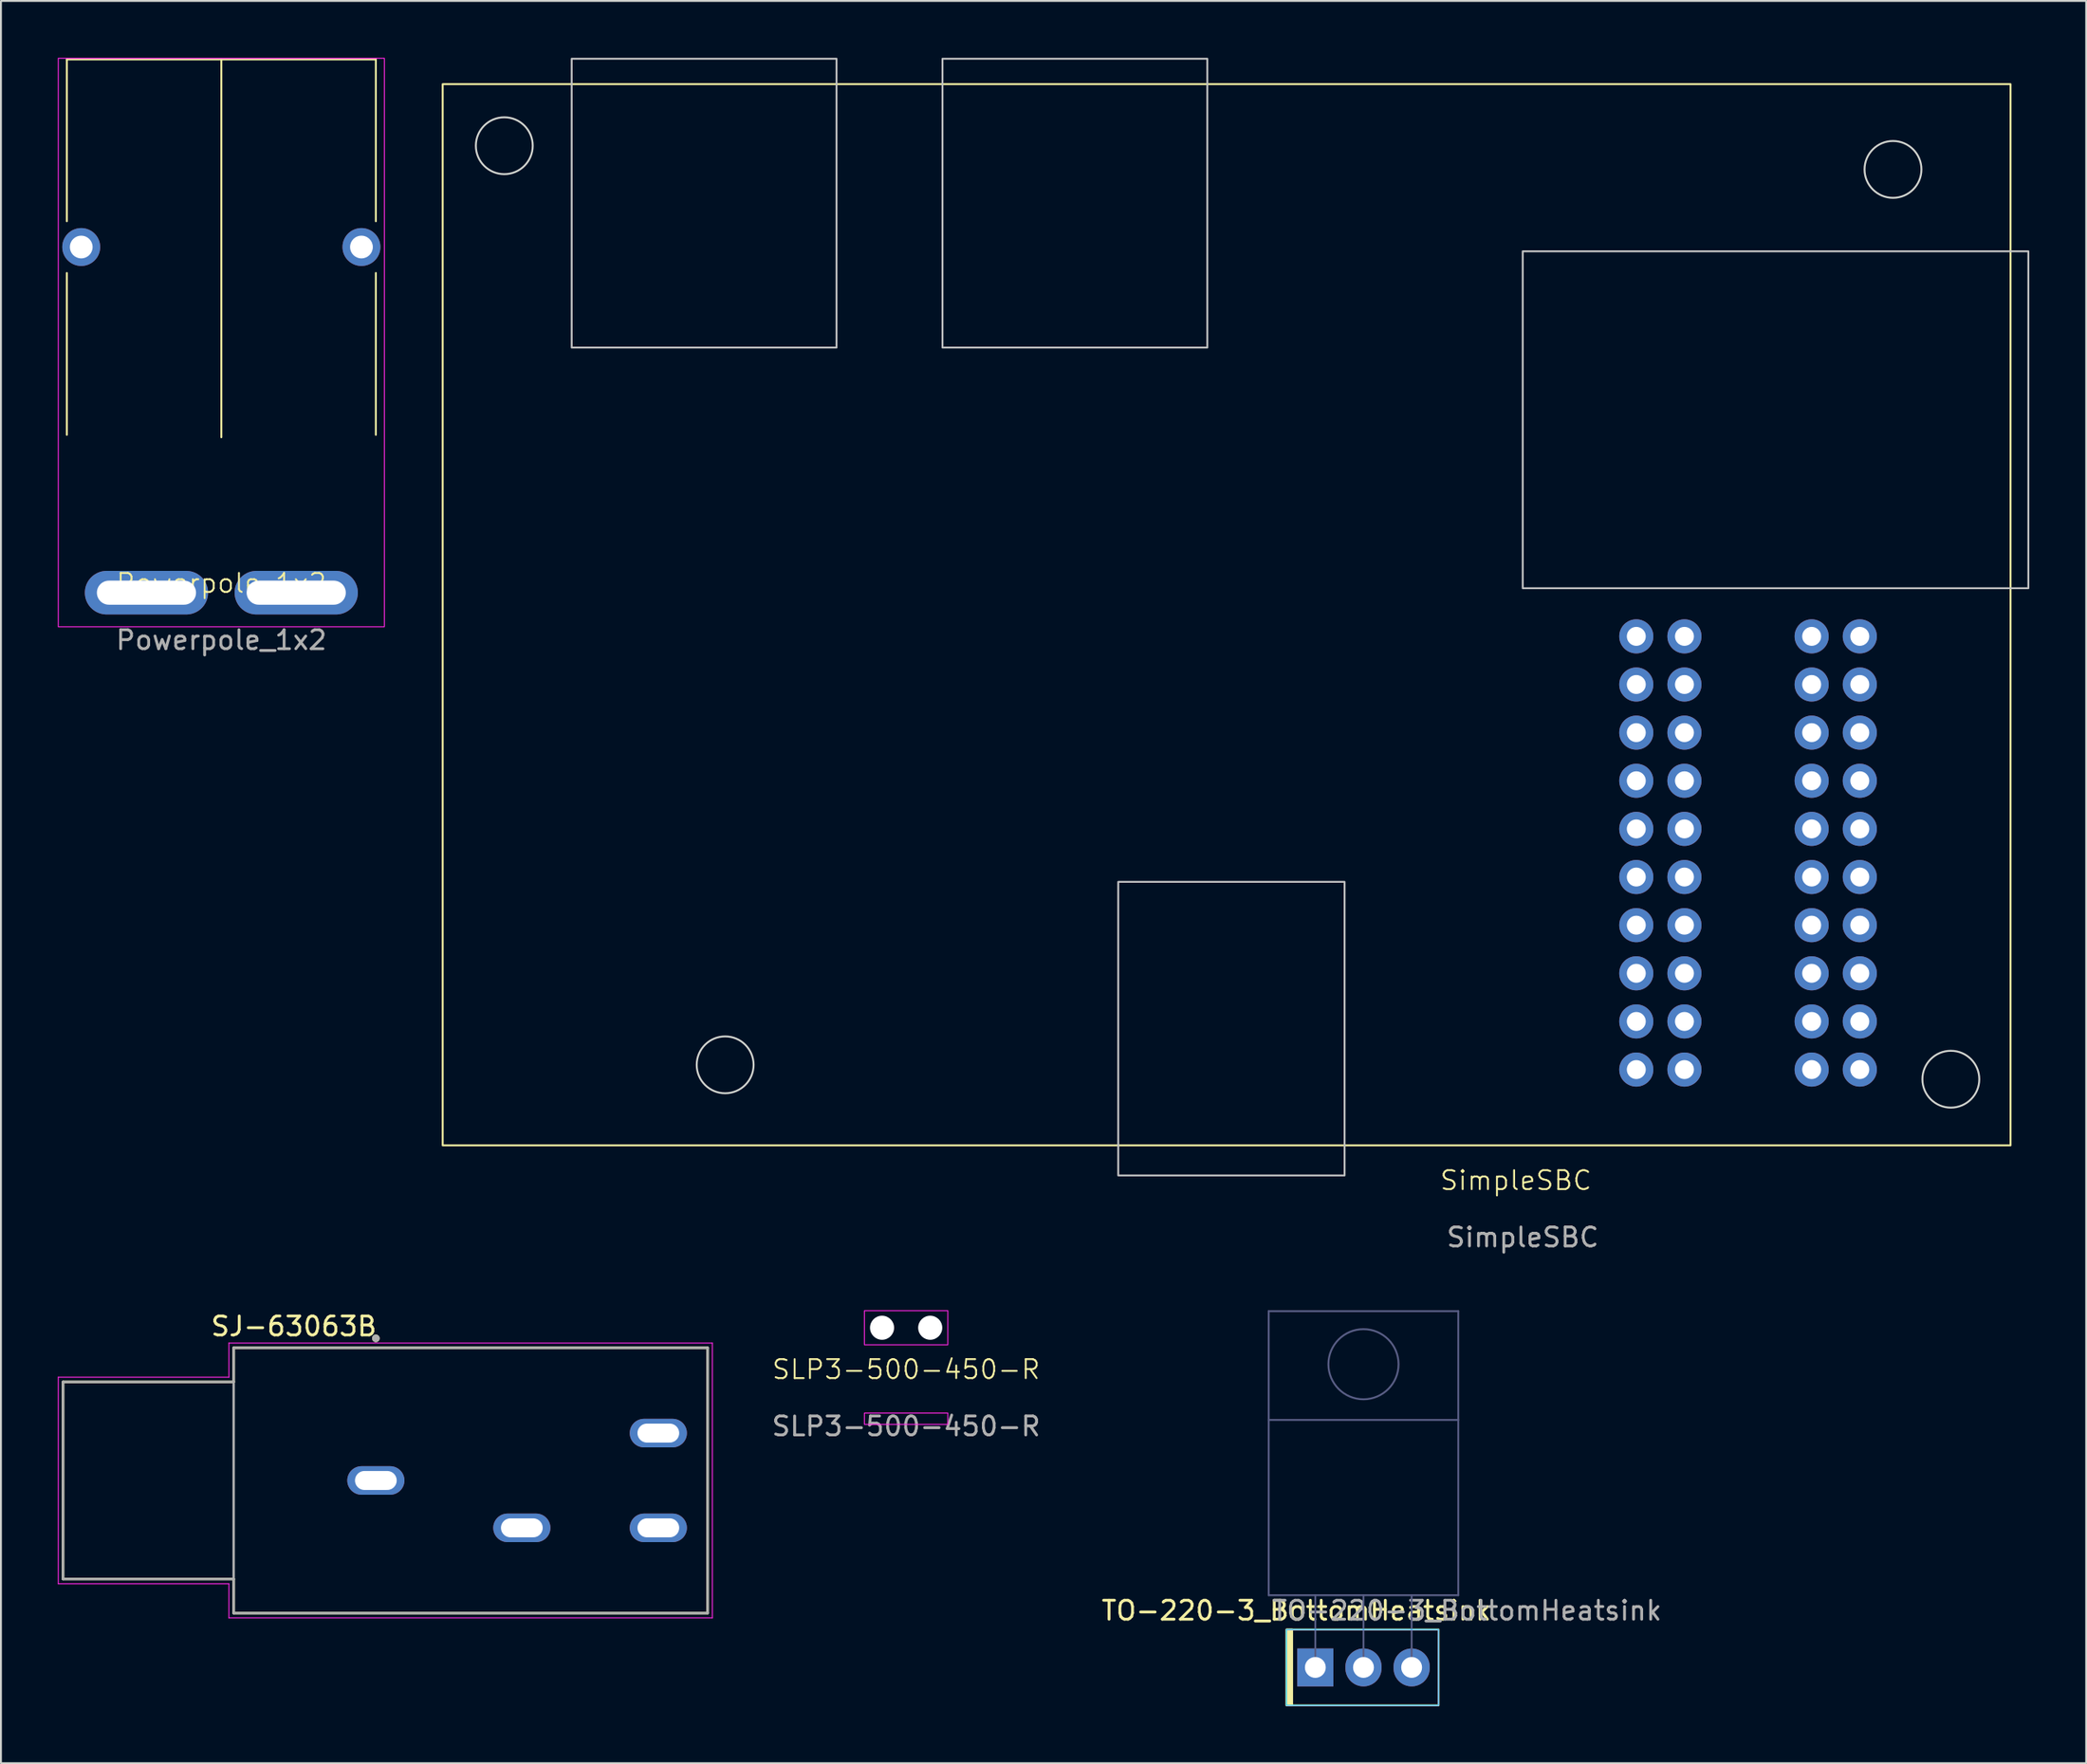
<source format=kicad_pcb>
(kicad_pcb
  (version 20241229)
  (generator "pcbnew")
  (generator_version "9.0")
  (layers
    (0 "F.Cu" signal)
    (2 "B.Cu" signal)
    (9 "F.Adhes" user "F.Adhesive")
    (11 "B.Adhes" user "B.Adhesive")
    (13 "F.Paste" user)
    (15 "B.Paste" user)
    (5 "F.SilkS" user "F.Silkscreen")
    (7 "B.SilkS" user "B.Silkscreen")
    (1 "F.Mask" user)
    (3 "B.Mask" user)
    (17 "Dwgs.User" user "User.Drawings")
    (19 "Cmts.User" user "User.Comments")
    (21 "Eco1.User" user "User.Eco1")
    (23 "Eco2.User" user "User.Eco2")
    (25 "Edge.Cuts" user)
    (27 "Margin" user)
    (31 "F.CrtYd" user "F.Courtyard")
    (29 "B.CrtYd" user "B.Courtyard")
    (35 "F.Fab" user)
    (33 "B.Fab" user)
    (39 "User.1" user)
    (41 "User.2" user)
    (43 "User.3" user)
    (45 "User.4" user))
  (footprint "Powerpole_1x2"
    (layer "F.Cu")
    (at 8.625 28.225)
    (property "Reference" "Powerpole_1x2" (at 0 -0.5 0) (unlocked yes) (layer "F.SilkS") (effects (font (size 1 1) (thickness 0.1))))
    (attr through_hole)
    (fp_line (start -8.15 -28.14) (end -8.15 -19.6) (stroke (width 0.1) (type default)) (layer "F.SilkS"))
    (fp_line (start -8.15 -28.14) (end 8.15 -28.14) (stroke (width 0.1) (type default)) (layer "F.SilkS"))
    (fp_line (start -8.15 -16.87) (end -8.15 -8.33) (stroke (width 0.1) (type default)) (layer "F.SilkS"))
    (fp_line (start 0 -28.14) (end 0 -8.2) (stroke (width 0.1) (type default)) (layer "F.SilkS"))
    (fp_line (start 8.15 -28.14) (end 8.15 -19.6) (stroke (width 0.1) (type default)) (layer "F.SilkS"))
    (fp_line (start 8.15 -16.87) (end 8.15 -8.33) (stroke (width 0.1) (type default)) (layer "F.SilkS"))
    (fp_rect (start -8.6 -28.2) (end 8.6 1.8) (stroke (width 0.05) (type default)) (fill no) (layer "F.CrtYd"))
    (fp_text user "${REFERENCE}" (at 0 2.5 0) (unlocked yes) (layer "F.Fab") (effects (font (size 1 1) (thickness 0.15))))
    (pad "" thru_hole circle (at -7.39 -18.24) (size 2 2) (drill 1.2) (layers "*.Cu" "*.Mask"))
    (pad "" thru_hole circle (at 7.39 -18.24) (size 2 2) (drill 1.2) (layers "*.Cu" "*.Mask"))
    (pad "1" thru_hole oval (at -3.95 0) (size 6.5 2.3) (drill oval 5.23 1.27) (layers "*.Cu" "*.Mask"))
    (pad "2" thru_hole oval (at 3.95 0) (size 6.5 2.3) (drill oval 5.23 1.27) (layers "*.Cu" "*.Mask")))
  (footprint "SJ-63063B"
    (layer "F.Cu")
    (at 16.775 75.072)
    (property "Reference" "SJ-63063B" (at -4.325 -8.135 0) (layer "F.SilkS") (effects (font (size 1 1) (thickness 0.15))))
    (attr through_hole)
    (fp_line (start -16.5 -5.2) (end -16.5 5.2) (stroke (width 0.127) (type solid)) (layer "F.SilkS"))
    (fp_line (start -16.5 -5.2) (end -7.5 -5.2) (stroke (width 0.127) (type solid)) (layer "F.SilkS"))
    (fp_line (start -16.5 5.2) (end -7.5 5.2) (stroke (width 0.127) (type solid)) (layer "F.SilkS"))
    (fp_line (start -7.5 -7) (end 17.5 -7) (stroke (width 0.127) (type solid)) (layer "F.SilkS"))
    (fp_line (start -7.5 -5.2) (end -7.5 -7) (stroke (width 0.127) (type solid)) (layer "F.SilkS"))
    (fp_line (start -7.5 7) (end -7.5 5.2) (stroke (width 0.127) (type solid)) (layer "F.SilkS"))
    (fp_line (start 17.5 -7) (end 17.5 7) (stroke (width 0.127) (type solid)) (layer "F.SilkS"))
    (fp_line (start 17.5 7) (end -7.5 7) (stroke (width 0.127) (type solid)) (layer "F.SilkS"))
    (fp_circle (center 0 -7.5) (end 0.1 -7.5) (stroke (width 0.2) (type solid)) (fill no) (layer "F.SilkS"))
    (fp_line (start -16.75 -5.45) (end -16.75 5.45) (stroke (width 0.05) (type solid)) (layer "F.CrtYd"))
    (fp_line (start -16.75 -5.45) (end -7.75 -5.45) (stroke (width 0.05) (type solid)) (layer "F.CrtYd"))
    (fp_line (start -16.75 5.45) (end -7.75 5.45) (stroke (width 0.05) (type solid)) (layer "F.CrtYd"))
    (fp_line (start -7.75 -7.25) (end 17.75 -7.25) (stroke (width 0.05) (type solid)) (layer "F.CrtYd"))
    (fp_line (start -7.75 -5.45) (end -7.75 -7.25) (stroke (width 0.05) (type solid)) (layer "F.CrtYd"))
    (fp_line (start -7.75 7.25) (end -7.75 5.45) (stroke (width 0.05) (type solid)) (layer "F.CrtYd"))
    (fp_line (start 17.75 -7.25) (end 17.75 7.25) (stroke (width 0.05) (type solid)) (layer "F.CrtYd"))
    (fp_line (start 17.75 7.25) (end -7.75 7.25) (stroke (width 0.05) (type solid)) (layer "F.CrtYd"))
    (fp_line (start -16.5 -5.2) (end -16.5 5.2) (stroke (width 0.127) (type solid)) (layer "F.Fab"))
    (fp_line (start -16.5 -5.2) (end -7.5 -5.2) (stroke (width 0.127) (type solid)) (layer "F.Fab"))
    (fp_line (start -16.5 5.2) (end -7.5 5.2) (stroke (width 0.127) (type solid)) (layer "F.Fab"))
    (fp_line (start -7.5 -7) (end 17.5 -7) (stroke (width 0.127) (type solid)) (layer "F.Fab"))
    (fp_line (start -7.5 -5.2) (end -7.5 -7) (stroke (width 0.127) (type solid)) (layer "F.Fab"))
    (fp_line (start -7.5 5.2) (end -7.5 -5.2) (stroke (width 0.127) (type solid)) (layer "F.Fab"))
    (fp_line (start -7.5 7) (end -7.5 5.2) (stroke (width 0.127) (type solid)) (layer "F.Fab"))
    (fp_line (start 17.5 -7) (end 17.5 7) (stroke (width 0.127) (type solid)) (layer "F.Fab"))
    (fp_line (start 17.5 7) (end -7.5 7) (stroke (width 0.127) (type solid)) (layer "F.Fab"))
    (fp_circle (center 0 -7.5) (end 0.1 -7.5) (stroke (width 0.2) (type solid)) (fill no) (layer "F.Fab"))
    (pad "R" thru_hole oval (at 14.9 -2.5) (size 3.016 1.508) (drill oval 2.2 1) (layers "*.Cu" "*.Mask"))
    (pad "S" thru_hole oval (at 0 0) (size 3.016 1.508) (drill oval 2.2 1) (layers "*.Cu" "*.Mask"))
    (pad "T" thru_hole oval (at 14.9 2.5) (size 3.016 1.508) (drill oval 2.2 1) (layers "*.Cu" "*.Mask"))
    (pad "TN" thru_hole oval (at 7.7 2.5) (size 3.016 1.508) (drill oval 2.2 1) (layers "*.Cu" "*.Mask")))
  (footprint "SimpleSBC"
    (layer "F.Cu")
    (at 77.27 59.74)
    (property "Reference" "SimpleSBC" (at -0.36 -0.5 0) (unlocked yes) (layer "F.SilkS") (effects (font (size 1 1) (thickness 0.1))))
    (attr through_hole)
    (fp_rect (start -56.97 -58.35) (end 25.73 -2.35) (stroke (width 0.1) (type solid)) (fill no) (layer "F.SilkS"))
    (fp_rect (start -50.165 -59.69) (end -36.195 -44.45) (stroke (width 0.1) (type default)) (fill no) (layer "Dwgs.User"))
    (fp_rect (start -30.607 -59.69) (end -16.637 -44.45) (stroke (width 0.1) (type default)) (fill no) (layer "Dwgs.User"))
    (fp_rect (start -21.336 -16.256) (end -9.398 -0.762) (stroke (width 0.1) (type default)) (fill no) (layer "Dwgs.User"))
    (fp_rect (start 0 -49.53) (end 26.67 -31.75) (stroke (width 0.1) (type default)) (fill no) (layer "Dwgs.User"))
    (fp_circle (center -53.72 -55.1) (end -53.72 -56.6) (stroke (width 0.1) (type default)) (fill no) (layer "Edge.Cuts"))
    (fp_circle (center -42.07 -6.6) (end -42.07 -8.1) (stroke (width 0.1) (type default)) (fill no) (layer "Edge.Cuts"))
    (fp_circle (center 19.53 -53.85) (end 19.53 -55.35) (stroke (width 0.1) (type default)) (fill no) (layer "Edge.Cuts"))
    (fp_circle (center 22.582 -5.842) (end 22.582 -7.342) (stroke (width 0.1) (type default)) (fill no) (layer "Edge.Cuts"))
    (fp_text user "${REFERENCE}" (at 0 2.5 0) (unlocked yes) (layer "F.Fab") (effects (font (size 1 1) (thickness 0.15))))
    (pad "A1" thru_hole circle (at 5.99 -29.21) (size 1.8 1.8) (drill 1) (layers "*.Cu" "*.Mask"))
    (pad "A2" thru_hole circle (at 8.53 -29.21) (size 1.8 1.8) (drill 1) (layers "*.Cu" "*.Mask"))
    (pad "A3" thru_hole circle (at 5.99 -26.67) (size 1.8 1.8) (drill 1) (layers "*.Cu" "*.Mask"))
    (pad "A4" thru_hole circle (at 8.53 -26.67) (size 1.8 1.8) (drill 1) (layers "*.Cu" "*.Mask"))
    (pad "A5" thru_hole circle (at 5.99 -24.13) (size 1.8 1.8) (drill 1) (layers "*.Cu" "*.Mask"))
    (pad "A6" thru_hole circle (at 8.53 -24.13) (size 1.8 1.8) (drill 1) (layers "*.Cu" "*.Mask"))
    (pad "A7" thru_hole circle (at 5.99 -21.59) (size 1.8 1.8) (drill 1) (layers "*.Cu" "*.Mask"))
    (pad "A8" thru_hole circle (at 8.53 -21.59) (size 1.8 1.8) (drill 1) (layers "*.Cu" "*.Mask"))
    (pad "A9" thru_hole circle (at 5.99 -19.05) (size 1.8 1.8) (drill 1) (layers "*.Cu" "*.Mask"))
    (pad "A10" thru_hole circle (at 8.53 -19.05) (size 1.8 1.8) (drill 1) (layers "*.Cu" "*.Mask"))
    (pad "A11" thru_hole circle (at 5.99 -16.51) (size 1.8 1.8) (drill 1) (layers "*.Cu" "*.Mask"))
    (pad "A12" thru_hole circle (at 8.53 -16.51) (size 1.8 1.8) (drill 1) (layers "*.Cu" "*.Mask"))
    (pad "A13" thru_hole circle (at 5.99 -13.97) (size 1.8 1.8) (drill 1) (layers "*.Cu" "*.Mask"))
    (pad "A14" thru_hole circle (at 8.53 -13.97) (size 1.8 1.8) (drill 1) (layers "*.Cu" "*.Mask"))
    (pad "A15" thru_hole circle (at 5.99 -11.43) (size 1.8 1.8) (drill 1) (layers "*.Cu" "*.Mask"))
    (pad "A16" thru_hole circle (at 8.53 -11.43) (size 1.8 1.8) (drill 1) (layers "*.Cu" "*.Mask"))
    (pad "A17" thru_hole circle (at 5.99 -8.89) (size 1.8 1.8) (drill 1) (layers "*.Cu" "*.Mask"))
    (pad "A18" thru_hole circle (at 8.53 -8.89) (size 1.8 1.8) (drill 1) (layers "*.Cu" "*.Mask"))
    (pad "A19" thru_hole circle (at 5.99 -6.35) (size 1.8 1.8) (drill 1) (layers "*.Cu" "*.Mask"))
    (pad "A20" thru_hole circle (at 8.53 -6.35) (size 1.8 1.8) (drill 1) (layers "*.Cu" "*.Mask"))
    (pad "B1" thru_hole circle (at 15.24 -29.21) (size 1.8 1.8) (drill 1) (layers "*.Cu" "*.Mask"))
    (pad "B2" thru_hole circle (at 17.78 -29.21) (size 1.8 1.8) (drill 1) (layers "*.Cu" "*.Mask"))
    (pad "B3" thru_hole circle (at 15.24 -26.67) (size 1.8 1.8) (drill 1) (layers "*.Cu" "*.Mask"))
    (pad "B4" thru_hole circle (at 17.78 -26.67) (size 1.8 1.8) (drill 1) (layers "*.Cu" "*.Mask"))
    (pad "B5" thru_hole circle (at 15.24 -24.13) (size 1.8 1.8) (drill 1) (layers "*.Cu" "*.Mask"))
    (pad "B6" thru_hole circle (at 17.78 -24.13) (size 1.8 1.8) (drill 1) (layers "*.Cu" "*.Mask"))
    (pad "B7" thru_hole circle (at 15.24 -21.59) (size 1.8 1.8) (drill 1) (layers "*.Cu" "*.Mask"))
    (pad "B8" thru_hole circle (at 17.78 -21.59) (size 1.8 1.8) (drill 1) (layers "*.Cu" "*.Mask"))
    (pad "B9" thru_hole circle (at 15.24 -19.05) (size 1.8 1.8) (drill 1) (layers "*.Cu" "*.Mask"))
    (pad "B10" thru_hole circle (at 17.78 -19.05) (size 1.8 1.8) (drill 1) (layers "*.Cu" "*.Mask"))
    (pad "B11" thru_hole circle (at 15.24 -16.51) (size 1.8 1.8) (drill 1) (layers "*.Cu" "*.Mask"))
    (pad "B12" thru_hole circle (at 17.78 -16.51) (size 1.8 1.8) (drill 1) (layers "*.Cu" "*.Mask"))
    (pad "B13" thru_hole circle (at 15.24 -13.97) (size 1.8 1.8) (drill 1) (layers "*.Cu" "*.Mask"))
    (pad "B14" thru_hole circle (at 17.78 -13.97) (size 1.8 1.8) (drill 1) (layers "*.Cu" "*.Mask"))
    (pad "B15" thru_hole circle (at 15.24 -11.43) (size 1.8 1.8) (drill 1) (layers "*.Cu" "*.Mask"))
    (pad "B16" thru_hole circle (at 17.78 -11.43) (size 1.8 1.8) (drill 1) (layers "*.Cu" "*.Mask"))
    (pad "B17" thru_hole circle (at 15.24 -8.89) (size 1.8 1.8) (drill 1) (layers "*.Cu" "*.Mask"))
    (pad "B18" thru_hole circle (at 17.78 -8.89) (size 1.8 1.8) (drill 1) (layers "*.Cu" "*.Mask"))
    (pad "B19" thru_hole circle (at 15.24 -6.35) (size 1.8 1.8) (drill 1) (layers "*.Cu" "*.Mask"))
    (pad "B20" thru_hole circle (at 17.78 -6.35) (size 1.8 1.8) (drill 1) (layers "*.Cu" "*.Mask")))
  (footprint "SLP3-500-450-R"
    (layer "F.Cu")
    (at 44.746 69.713)
    (property "Reference" "SLP3-500-450-R" (at 0 -0.5 0) (unlocked yes) (layer "F.SilkS") (effects (font (size 1 1) (thickness 0.1))))
    (attr through_hole)
    (fp_rect (start -2.2 -3.6) (end 2.2 -1.8) (stroke (width 0.05) (type default)) (fill no) (layer "F.CrtYd"))
    (fp_rect (start -2.2 1.8) (end 2.2 2.4) (stroke (width 0.05) (type default)) (fill no) (layer "F.CrtYd"))
    (fp_rect (start -2.25 -1.8) (end 2.25 1.8) (stroke (width 0.1) (type solid)) (fill no) (layer "User.2"))
    (fp_text user "${REFERENCE}" (at 0 2.5 0) (unlocked yes) (layer "F.Fab") (effects (font (size 1 1) (thickness 0.15))))
    (pad "" np_thru_hole circle (at -1.27 -2.7) (size 1.27 1.27) (drill 1.27) (layers "*.Cu" "*.Mask"))
    (pad "" np_thru_hole circle (at 1.27 -2.7) (size 1.27 1.27) (drill 1.27) (layers "*.Cu" "*.Mask")))
  (footprint "TO-220-3_BottomHeatsink"
    (layer "F.Cu")
    (at 66.33 84.938)
    (property "Reference" "TO-220-3_BottomHeatsink" (at -1 -3 0) (layer "F.SilkS") (effects (font (size 1 1) (thickness 0.15))))
    (attr through_hole)
    (fp_rect (start -1.525 2) (end 6.5 -2) (stroke (width 0.1) (type default)) (fill no) (layer "F.SilkS"))
    (fp_rect (start -1.5 -2) (end -1.225 2) (stroke (width 0.1) (type solid)) (fill yes) (layer "F.SilkS"))
    (fp_rect (start -1.525 2) (end 6.5 -2) (stroke (width 0.05) (type default)) (fill no) (layer "B.CrtYd"))
    (fp_rect (start -1.525 2) (end 6.5 -2) (stroke (width 0.05) (type default)) (fill no) (layer "F.CrtYd"))
    (fp_line (start -2.46 -18.8) (end 7.54 -18.8) (stroke (width 0.1) (type solid)) (layer "B.Fab"))
    (fp_line (start -2.46 -13.06) (end -2.46 -18.8) (stroke (width 0.1) (type solid)) (layer "B.Fab"))
    (fp_line (start -2.46 -13.06) (end 7.54 -13.06) (stroke (width 0.1) (type solid)) (layer "B.Fab"))
    (fp_line (start -2.46 -3.81) (end -2.46 -13.06) (stroke (width 0.1) (type solid)) (layer "B.Fab"))
    (fp_line (start 0 -3.81) (end 0 0) (stroke (width 0.1) (type solid)) (layer "B.Fab"))
    (fp_line (start 2.54 -3.81) (end 2.54 0) (stroke (width 0.1) (type solid)) (layer "B.Fab"))
    (fp_line (start 5.08 -3.81) (end 5.08 0) (stroke (width 0.1) (type solid)) (layer "B.Fab"))
    (fp_line (start 7.54 -18.8) (end 7.54 -13.06) (stroke (width 0.1) (type solid)) (layer "B.Fab"))
    (fp_line (start 7.54 -13.06) (end 7.54 -3.81) (stroke (width 0.1) (type solid)) (layer "B.Fab"))
    (fp_line (start 7.54 -3.81) (end -2.46 -3.81) (stroke (width 0.1) (type solid)) (layer "B.Fab"))
    (fp_circle (center 2.54 -16) (end 4.39 -16) (stroke (width 0.1) (type solid)) (fill no) (layer "B.Fab"))
    (fp_text user "${REFERENCE}" (at 8 -3 0) (layer "F.Fab") (effects (font (size 1 1) (thickness 0.15))))
    (pad "1" thru_hole rect (at 0 0) (size 1.905 2) (drill 1.1) (layers "*.Cu" "*.Mask"))
    (pad "2" thru_hole oval (at 2.54 0) (size 1.905 2) (drill 1.1) (layers "*.Cu" "*.Mask"))
    (pad "3" thru_hole oval (at 5.08 0) (size 1.905 2) (drill 1.1) (layers "*.Cu" "*.Mask")))
  (gr_rect
    (start -3 -3)
    (end 106.99 89.988)
    (stroke (width 0.1) (type default))
    (fill no)
    (layer "Edge.Cuts")))
</source>
